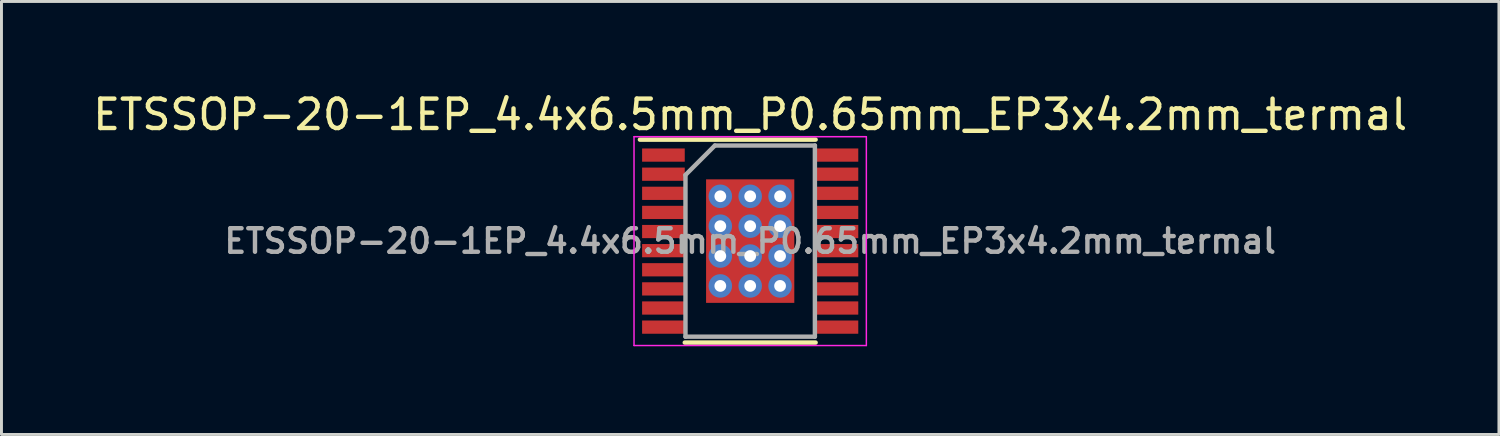
<source format=kicad_pcb>
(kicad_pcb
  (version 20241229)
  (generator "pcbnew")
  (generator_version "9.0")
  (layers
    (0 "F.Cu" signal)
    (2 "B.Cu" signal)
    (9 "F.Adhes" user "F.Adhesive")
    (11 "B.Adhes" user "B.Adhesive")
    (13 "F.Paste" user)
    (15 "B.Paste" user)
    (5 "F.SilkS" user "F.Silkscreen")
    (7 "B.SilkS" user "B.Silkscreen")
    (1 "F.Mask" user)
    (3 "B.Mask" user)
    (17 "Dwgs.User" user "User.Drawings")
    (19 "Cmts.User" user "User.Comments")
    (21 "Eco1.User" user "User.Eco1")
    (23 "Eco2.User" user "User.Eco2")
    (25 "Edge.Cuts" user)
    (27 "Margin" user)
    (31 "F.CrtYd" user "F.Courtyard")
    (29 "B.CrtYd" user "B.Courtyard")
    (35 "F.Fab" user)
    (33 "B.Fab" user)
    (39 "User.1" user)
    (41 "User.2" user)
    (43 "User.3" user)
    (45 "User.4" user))
  (footprint "ETSSOP-20-1EP_4.4x6.5mm_P0.65mm_EP3x4.2mm_termal"
    (layer "F.Cu")
    (at 22.458 5.148)
    (property "Reference" "ETSSOP-20-1EP_4.4x6.5mm_P0.65mm_EP3x4.2mm_termal" (at 0 -4.3 0) (layer "F.SilkS") (effects (font (size 1 1) (thickness 0.15))))
    (attr smd)
    (fp_line (start -3.75 -3.45) (end 2.225 -3.45) (stroke (width 0.15) (type solid)) (layer "F.SilkS"))
    (fp_line (start -2.225 3.45) (end 2.225 3.45) (stroke (width 0.15) (type solid)) (layer "F.SilkS"))
    (fp_line (start -3.95 -3.55) (end -3.95 3.55) (stroke (width 0.05) (type solid)) (layer "F.CrtYd"))
    (fp_line (start -3.95 -3.55) (end 3.95 -3.55) (stroke (width 0.05) (type solid)) (layer "F.CrtYd"))
    (fp_line (start -3.95 3.55) (end 3.95 3.55) (stroke (width 0.05) (type solid)) (layer "F.CrtYd"))
    (fp_line (start 3.95 -3.55) (end 3.95 3.55) (stroke (width 0.05) (type solid)) (layer "F.CrtYd"))
    (fp_line (start -2.2 -2.25) (end -1.2 -3.25) (stroke (width 0.15) (type solid)) (layer "F.Fab"))
    (fp_line (start -2.2 3.25) (end -2.2 -2.25) (stroke (width 0.15) (type solid)) (layer "F.Fab"))
    (fp_line (start -1.2 -3.25) (end 2.2 -3.25) (stroke (width 0.15) (type solid)) (layer "F.Fab"))
    (fp_line (start 2.2 -3.25) (end 2.2 3.25) (stroke (width 0.15) (type solid)) (layer "F.Fab"))
    (fp_line (start 2.2 3.25) (end -2.2 3.25) (stroke (width 0.15) (type solid)) (layer "F.Fab"))
    (fp_text user "${REFERENCE}" (at 0 0 0) (layer "F.Fab") (effects (font (size 0.8 0.8) (thickness 0.15))))
    (pad "" smd rect (at -0.75 -1.4) (size 1.2 1.14) (layers "F.Paste"))
    (pad "" smd rect (at -0.75 0) (size 1.2 1.14) (layers "F.Paste"))
    (pad "" smd rect (at -0.75 1.4) (size 1.2 1.14) (layers "F.Paste"))
    (pad "" smd rect (at 0.75 -1.4) (size 1.2 1.14) (layers "F.Paste"))
    (pad "" smd rect (at 0.75 0) (size 1.2 1.14) (layers "F.Paste"))
    (pad "" smd rect (at 0.75 1.4) (size 1.2 1.14) (layers "F.Paste"))
    (pad "1" smd rect (at -2.95 -2.925) (size 1.45 0.45) (layers "F.Cu" "F.Mask" "F.Paste"))
    (pad "2" smd rect (at -2.95 -2.275) (size 1.45 0.45) (layers "F.Cu" "F.Mask" "F.Paste"))
    (pad "3" smd rect (at -2.95 -1.625) (size 1.45 0.45) (layers "F.Cu" "F.Mask" "F.Paste"))
    (pad "4" smd rect (at -2.95 -0.975) (size 1.45 0.45) (layers "F.Cu" "F.Mask" "F.Paste"))
    (pad "5" smd rect (at -2.95 -0.325) (size 1.45 0.45) (layers "F.Cu" "F.Mask" "F.Paste"))
    (pad "6" smd rect (at -2.95 0.325) (size 1.45 0.45) (layers "F.Cu" "F.Mask" "F.Paste"))
    (pad "7" smd rect (at -2.95 0.975) (size 1.45 0.45) (layers "F.Cu" "F.Mask" "F.Paste"))
    (pad "8" smd rect (at -2.95 1.625) (size 1.45 0.45) (layers "F.Cu" "F.Mask" "F.Paste"))
    (pad "9" smd rect (at -2.95 2.275) (size 1.45 0.45) (layers "F.Cu" "F.Mask" "F.Paste"))
    (pad "10" smd rect (at -2.95 2.925) (size 1.45 0.45) (layers "F.Cu" "F.Mask" "F.Paste"))
    (pad "11" smd rect (at 2.95 2.925) (size 1.45 0.45) (layers "F.Cu" "F.Mask" "F.Paste"))
    (pad "12" smd rect (at 2.95 2.275) (size 1.45 0.45) (layers "F.Cu" "F.Mask" "F.Paste"))
    (pad "13" smd rect (at 2.95 1.625) (size 1.45 0.45) (layers "F.Cu" "F.Mask" "F.Paste"))
    (pad "14" smd rect (at 2.95 0.975) (size 1.45 0.45) (layers "F.Cu" "F.Mask" "F.Paste"))
    (pad "15" smd rect (at 2.95 0.325) (size 1.45 0.45) (layers "F.Cu" "F.Mask" "F.Paste"))
    (pad "16" smd rect (at 2.95 -0.325) (size 1.45 0.45) (layers "F.Cu" "F.Mask" "F.Paste"))
    (pad "17" smd rect (at 2.95 -0.975) (size 1.45 0.45) (layers "F.Cu" "F.Mask" "F.Paste"))
    (pad "18" smd rect (at 2.95 -1.625) (size 1.45 0.45) (layers "F.Cu" "F.Mask" "F.Paste"))
    (pad "19" smd rect (at 2.95 -2.275) (size 1.45 0.45) (layers "F.Cu" "F.Mask" "F.Paste"))
    (pad "20" smd rect (at 2.95 -2.925) (size 1.45 0.45) (layers "F.Cu" "F.Mask" "F.Paste"))
    (pad "21" thru_hole circle (at -1.016 -1.524) (size 0.8 0.8) (drill 0.4) (layers "*.Cu"))
    (pad "21" thru_hole circle (at -1.016 -0.508) (size 0.8 0.8) (drill 0.4) (layers "*.Cu"))
    (pad "21" thru_hole circle (at -1.016 0.508) (size 0.8 0.8) (drill 0.4) (layers "*.Cu"))
    (pad "21" thru_hole circle (at -1.016 1.524) (size 0.8 0.8) (drill 0.4) (layers "*.Cu"))
    (pad "21" thru_hole circle (at 0 -1.524) (size 0.8 0.8) (drill 0.4) (layers "*.Cu"))
    (pad "21" thru_hole circle (at 0 -0.508) (size 0.8 0.8) (drill 0.4) (layers "*.Cu"))
    (pad "21" smd rect (at 0 0) (size 3 4.2) (layers "F.Cu" "F.Mask" "F.Paste"))
    (pad "21" thru_hole circle (at 0 0.508) (size 0.8 0.8) (drill 0.4) (layers "*.Cu"))
    (pad "21" thru_hole circle (at 0 1.524) (size 0.8 0.8) (drill 0.4) (layers "*.Cu"))
    (pad "21" thru_hole circle (at 1.016 -1.524) (size 0.8 0.8) (drill 0.4) (layers "*.Cu"))
    (pad "21" thru_hole circle (at 1.016 -0.508) (size 0.8 0.8) (drill 0.4) (layers "*.Cu"))
    (pad "21" thru_hole circle (at 1.016 0.508) (size 0.8 0.8) (drill 0.4) (layers "*.Cu"))
    (pad "21" thru_hole circle (at 1.016 1.524) (size 0.8 0.8) (drill 0.4) (layers "*.Cu")))
  (gr_rect
    (start -3 -3)
    (end 47.917 11.723)
    (stroke (width 0.1) (type default))
    (fill no)
    (layer "Edge.Cuts")))
</source>
